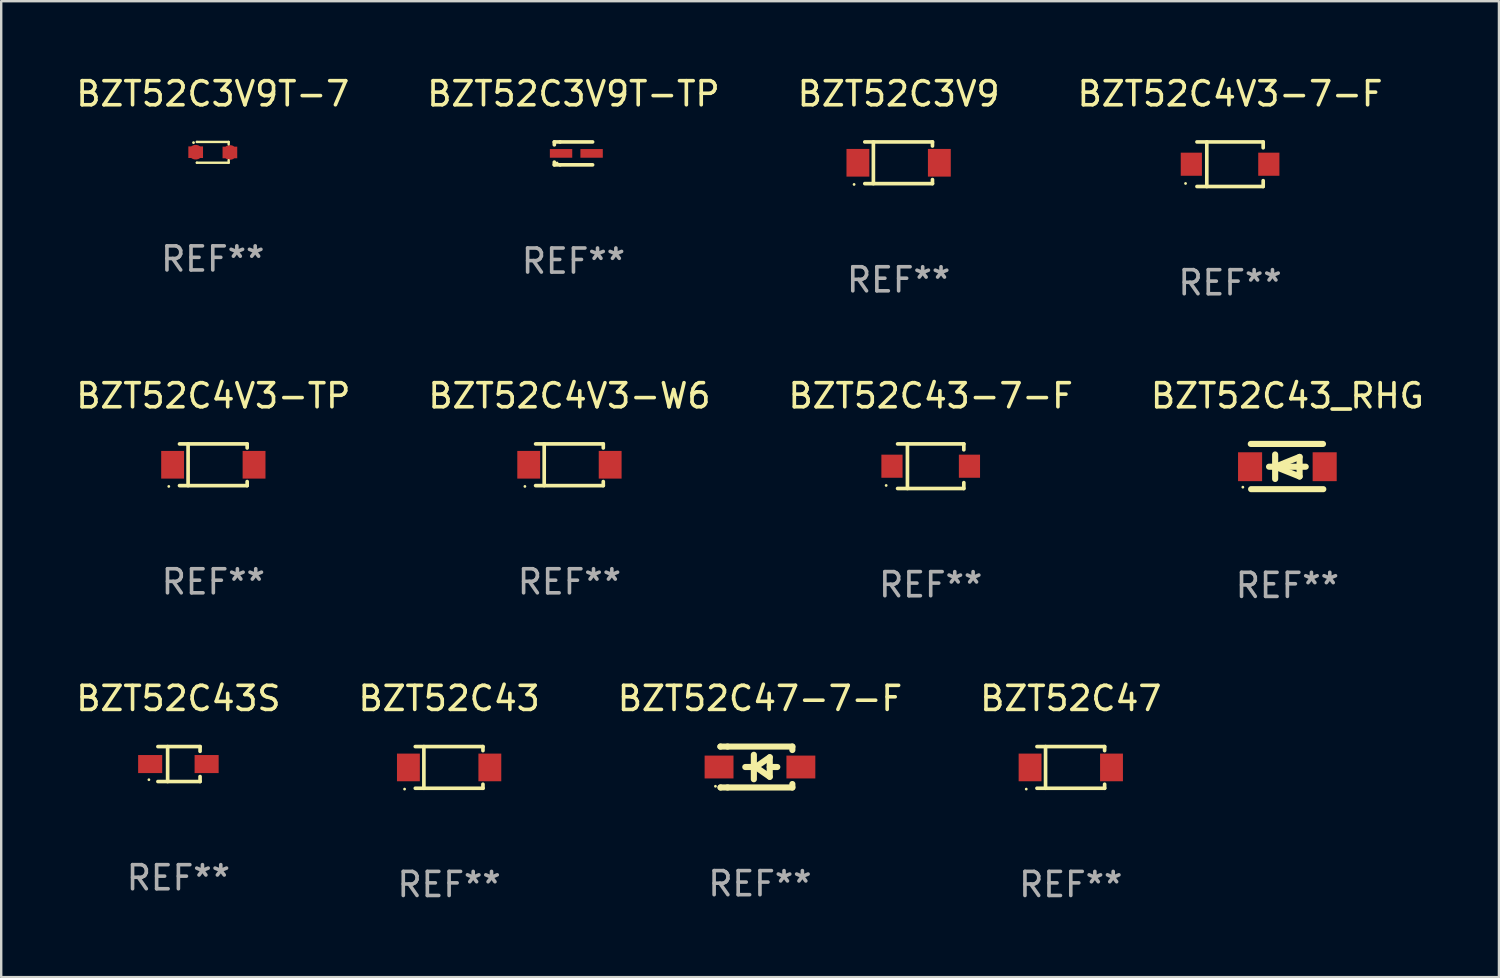
<source format=kicad_pcb>
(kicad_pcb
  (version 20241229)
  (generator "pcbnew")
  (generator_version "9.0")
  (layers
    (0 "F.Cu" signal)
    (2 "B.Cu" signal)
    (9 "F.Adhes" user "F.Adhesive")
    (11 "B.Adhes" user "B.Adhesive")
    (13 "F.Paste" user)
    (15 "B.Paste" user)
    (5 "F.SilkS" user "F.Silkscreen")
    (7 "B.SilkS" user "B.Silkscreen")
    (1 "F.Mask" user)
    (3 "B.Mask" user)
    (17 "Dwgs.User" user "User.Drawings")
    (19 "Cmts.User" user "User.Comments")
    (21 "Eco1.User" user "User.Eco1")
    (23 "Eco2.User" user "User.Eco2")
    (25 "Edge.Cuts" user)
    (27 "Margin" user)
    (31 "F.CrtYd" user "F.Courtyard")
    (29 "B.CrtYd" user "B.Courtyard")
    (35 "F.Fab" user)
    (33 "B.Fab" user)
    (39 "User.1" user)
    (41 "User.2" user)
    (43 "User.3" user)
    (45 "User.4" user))
  (footprint "BZT52C3V9T-TP"
    (layer "F.Cu")
    (at 20.78 3.324)
    (property "Reference" "BZT52C3V9T-TP" (at 0 -2.476 0) (layer "F.SilkS") (effects (font (size 1 1) (thickness 0.15))))
    (attr through_hole)
    (fp_line (start -0.795 -0.476) (end -0.795 -0.356) (stroke (width 0.152) (type solid)) (layer "F.SilkS"))
    (fp_line (start -0.795 0.363) (end -0.795 0.476) (stroke (width 0.152) (type solid)) (layer "F.SilkS"))
    (fp_line (start -0.795 0.476) (end -0.557 0.476) (stroke (width 0.152) (type solid)) (layer "F.SilkS"))
    (fp_line (start -0.557 -0.476) (end -0.795 -0.476) (stroke (width 0.152) (type solid)) (layer "F.SilkS"))
    (fp_line (start -0.557 -0.476) (end 0.795 -0.476) (stroke (width 0.152) (type solid)) (layer "F.SilkS"))
    (fp_line (start -0.557 0.476) (end 0.795 0.476) (stroke (width 0.152) (type solid)) (layer "F.SilkS"))
    (fp_circle (center -0.681 0.4) (end -0.651 0.4) (stroke (width 0.06) (type solid)) (fill no) (layer "F.SilkS"))
    (fp_text user "REF**" (at 0 4.476 0) (layer "F.Fab") (effects (font (size 1 1) (thickness 0.15))))
    (pad "1" smd rect (at -0.516 0 180) (size 0.93 0.36) (layers "F.Cu" "F.Mask" "F.Paste"))
    (pad "2" smd rect (at 0.754 0 180) (size 0.93 0.36) (layers "F.Cu" "F.Mask" "F.Paste")))
  (footprint "BZT52C47"
    (layer "F.Cu")
    (at 41.446 28.84)
    (property "Reference" "BZT52C47" (at 0 -2.866 0) (layer "F.SilkS") (effects (font (size 1 1) (thickness 0.15))))
    (attr through_hole)
    (fp_line (start -1.406 -0.866) (end 1.406 -0.866) (stroke (width 0.152) (type solid)) (layer "F.SilkS"))
    (fp_line (start -1.406 0.866) (end 1.406 0.866) (stroke (width 0.152) (type solid)) (layer "F.SilkS"))
    (fp_line (start -1.049 -0.866) (end -1.049 0.866) (stroke (width 0.152) (type solid)) (layer "F.SilkS"))
    (fp_line (start 1.406 -0.866) (end 1.406 -0.698) (stroke (width 0.152) (type solid)) (layer "F.SilkS"))
    (fp_line (start 1.406 0.866) (end 1.406 0.698) (stroke (width 0.152) (type solid)) (layer "F.SilkS"))
    (fp_circle (center -1.851 0.9) (end -1.821 0.9) (stroke (width 0.06) (type solid)) (fill no) (layer "F.SilkS"))
    (fp_text user "REF**" (at 0 4.866 0) (layer "F.Fab") (effects (font (size 1 1) (thickness 0.15))))
    (pad "1" smd rect (at -1.692 0) (size 0.95 1.15) (layers "F.Cu" "F.Mask" "F.Paste"))
    (pad "2" smd rect (at 1.692 0) (size 0.95 1.15) (layers "F.Cu" "F.Mask" "F.Paste")))
  (footprint "BZT52C43"
    (layer "F.Cu")
    (at 15.613 28.84)
    (property "Reference" "BZT52C43" (at 0 -2.866 0) (layer "F.SilkS") (effects (font (size 1 1) (thickness 0.15))))
    (attr through_hole)
    (fp_line (start -1.406 -0.866) (end 1.406 -0.866) (stroke (width 0.152) (type solid)) (layer "F.SilkS"))
    (fp_line (start -1.406 0.866) (end 1.406 0.866) (stroke (width 0.152) (type solid)) (layer "F.SilkS"))
    (fp_line (start -1.049 -0.866) (end -1.049 0.866) (stroke (width 0.152) (type solid)) (layer "F.SilkS"))
    (fp_line (start 1.406 -0.866) (end 1.406 -0.698) (stroke (width 0.152) (type solid)) (layer "F.SilkS"))
    (fp_line (start 1.406 0.866) (end 1.406 0.698) (stroke (width 0.152) (type solid)) (layer "F.SilkS"))
    (fp_circle (center -1.851 0.9) (end -1.821 0.9) (stroke (width 0.06) (type solid)) (fill no) (layer "F.SilkS"))
    (fp_text user "REF**" (at 0 4.866 0) (layer "F.Fab") (effects (font (size 1 1) (thickness 0.15))))
    (pad "1" smd rect (at -1.692 0) (size 0.95 1.15) (layers "F.Cu" "F.Mask" "F.Paste"))
    (pad "2" smd rect (at 1.692 0) (size 0.95 1.15) (layers "F.Cu" "F.Mask" "F.Paste")))
  (footprint "BZT52C3V9T-7"
    (layer "F.Cu")
    (at 5.792 3.28)
    (property "Reference" "BZT52C3V9T-7" (at 0 -2.432 0) (layer "F.SilkS") (effects (font (size 1 1) (thickness 0.15))))
    (attr through_hole)
    (fp_line (start -0.661 0.432) (end -0.661 0.432) (stroke (width 0.1) (type solid)) (layer "F.SilkS"))
    (fp_line (start -0.661 -0.432) (end -0.661 -0.432) (stroke (width 0.1) (type solid)) (layer "F.SilkS"))
    (fp_line (start -0.661 -0.432) (end 0.66 -0.432) (stroke (width 0.1) (type solid)) (layer "F.SilkS"))
    (fp_line (start 0.66 0.326) (end 0.66 0.432) (stroke (width 0.1) (type solid)) (layer "F.SilkS"))
    (fp_line (start 0.66 0.432) (end -0.661 0.432) (stroke (width 0.1) (type solid)) (layer "F.SilkS"))
    (fp_line (start 0.66 -0.432) (end 0.66 -0.33) (stroke (width 0.1) (type solid)) (layer "F.SilkS"))
    (fp_circle (center -0.8 -0.404) (end -0.77 -0.404) (stroke (width 0.06) (type solid)) (fill no) (layer "F.SilkS"))
    (fp_text user "REF**" (at 0 4.432 0) (layer "F.Fab") (effects (font (size 1 1) (thickness 0.15))))
    (pad "1" smd custom (at -0.711 -0.005) (size 0.61 0.483) (layers "F.Cu" "F.Mask" "F.Paste") (options (anchor circle)) (primitives (gr_poly (pts (xy -0.305 -0.241) (xy 0.305 -0.241) (xy 0.305 0.241) (xy -0.305 0.241)) (width 0) (fill yes))))
    (pad "2" smd custom (at 0.711 0.005) (size 0.61 0.483) (layers "F.Cu" "F.Mask" "F.Paste") (options (anchor circle)) (primitives (gr_poly (pts (xy -0.305 -0.241) (xy 0.305 -0.241) (xy 0.305 0.241) (xy -0.305 0.241)) (width 0) (fill yes)))))
  (footprint "BZT52C4V3-TP"
    (layer "F.Cu")
    (at 5.815 16.263)
    (property "Reference" "BZT52C4V3-TP" (at 0 -2.866 0) (layer "F.SilkS") (effects (font (size 1 1) (thickness 0.15))))
    (attr through_hole)
    (fp_line (start -1.406 -0.866) (end 1.406 -0.866) (stroke (width 0.152) (type solid)) (layer "F.SilkS"))
    (fp_line (start -1.406 0.866) (end 1.406 0.866) (stroke (width 0.152) (type solid)) (layer "F.SilkS"))
    (fp_line (start -1.049 -0.866) (end -1.049 0.866) (stroke (width 0.152) (type solid)) (layer "F.SilkS"))
    (fp_line (start 1.406 -0.866) (end 1.406 -0.698) (stroke (width 0.152) (type solid)) (layer "F.SilkS"))
    (fp_line (start 1.406 0.866) (end 1.406 0.698) (stroke (width 0.152) (type solid)) (layer "F.SilkS"))
    (fp_circle (center -1.851 0.9) (end -1.821 0.9) (stroke (width 0.06) (type solid)) (fill no) (layer "F.SilkS"))
    (fp_text user "REF**" (at 0 4.866 0) (layer "F.Fab") (effects (font (size 1 1) (thickness 0.15))))
    (pad "1" smd rect (at -1.692 0) (size 0.95 1.15) (layers "F.Cu" "F.Mask" "F.Paste"))
    (pad "2" smd rect (at 1.692 0) (size 0.95 1.15) (layers "F.Cu" "F.Mask" "F.Paste")))
  (footprint "BZT52C3V9"
    (layer "F.Cu")
    (at 34.292 3.714)
    (property "Reference" "BZT52C3V9" (at 0 -2.866 0) (layer "F.SilkS") (effects (font (size 1 1) (thickness 0.15))))
    (attr through_hole)
    (fp_line (start -1.406 -0.866) (end 1.406 -0.866) (stroke (width 0.152) (type solid)) (layer "F.SilkS"))
    (fp_line (start -1.406 0.866) (end 1.406 0.866) (stroke (width 0.152) (type solid)) (layer "F.SilkS"))
    (fp_line (start -1.049 -0.866) (end -1.049 0.866) (stroke (width 0.152) (type solid)) (layer "F.SilkS"))
    (fp_line (start 1.406 -0.866) (end 1.406 -0.698) (stroke (width 0.152) (type solid)) (layer "F.SilkS"))
    (fp_line (start 1.406 0.866) (end 1.406 0.698) (stroke (width 0.152) (type solid)) (layer "F.SilkS"))
    (fp_circle (center -1.851 0.9) (end -1.821 0.9) (stroke (width 0.06) (type solid)) (fill no) (layer "F.SilkS"))
    (fp_text user "REF**" (at 0 4.866 0) (layer "F.Fab") (effects (font (size 1 1) (thickness 0.15))))
    (pad "1" smd rect (at -1.692 0) (size 0.95 1.15) (layers "F.Cu" "F.Mask" "F.Paste"))
    (pad "2" smd rect (at 1.692 0) (size 0.95 1.15) (layers "F.Cu" "F.Mask" "F.Paste")))
  (footprint "BZT52C4V3-W6"
    (layer "F.Cu")
    (at 20.613 16.263)
    (property "Reference" "BZT52C4V3-W6" (at 0 -2.866 0) (layer "F.SilkS") (effects (font (size 1 1) (thickness 0.15))))
    (attr through_hole)
    (fp_line (start -1.406 -0.866) (end 1.406 -0.866) (stroke (width 0.152) (type solid)) (layer "F.SilkS"))
    (fp_line (start -1.406 0.866) (end 1.406 0.866) (stroke (width 0.152) (type solid)) (layer "F.SilkS"))
    (fp_line (start -1.049 -0.866) (end -1.049 0.866) (stroke (width 0.152) (type solid)) (layer "F.SilkS"))
    (fp_line (start 1.406 -0.866) (end 1.406 -0.698) (stroke (width 0.152) (type solid)) (layer "F.SilkS"))
    (fp_line (start 1.406 0.866) (end 1.406 0.698) (stroke (width 0.152) (type solid)) (layer "F.SilkS"))
    (fp_circle (center -1.851 0.9) (end -1.821 0.9) (stroke (width 0.06) (type solid)) (fill no) (layer "F.SilkS"))
    (fp_text user "REF**" (at 0 4.866 0) (layer "F.Fab") (effects (font (size 1 1) (thickness 0.15))))
    (pad "1" smd rect (at -1.692 0) (size 0.95 1.15) (layers "F.Cu" "F.Mask" "F.Paste"))
    (pad "2" smd rect (at 1.692 0) (size 0.95 1.15) (layers "F.Cu" "F.Mask" "F.Paste")))
  (footprint "BZT52C43S"
    (layer "F.Cu")
    (at 4.363 28.7)
    (property "Reference" "BZT52C43S" (at 0 -2.726 0) (layer "F.SilkS") (effects (font (size 1 1) (thickness 0.15))))
    (attr through_hole)
    (fp_line (start -0.851 -0.726) (end 0.901 -0.726) (stroke (width 0.152) (type solid)) (layer "F.SilkS"))
    (fp_line (start -0.851 0.726) (end 0.901 0.726) (stroke (width 0.152) (type solid)) (layer "F.SilkS"))
    (fp_line (start -0.447 -0.726) (end -0.447 0.726) (stroke (width 0.152) (type solid)) (layer "F.SilkS"))
    (fp_line (start 0.901 -0.726) (end 0.901 -0.53) (stroke (width 0.152) (type solid)) (layer "F.SilkS"))
    (fp_line (start 0.901 0.726) (end 0.901 0.52) (stroke (width 0.152) (type solid)) (layer "F.SilkS"))
    (fp_circle (center -1.225 0.65) (end -1.195 0.65) (stroke (width 0.06) (type solid)) (fill no) (layer "F.SilkS"))
    (fp_text user "REF**" (at 0 4.726 0) (layer "F.Fab") (effects (font (size 1 1) (thickness 0.15))))
    (pad "1" smd rect (at -1.173 0) (size 1 0.75) (layers "F.Cu" "F.Mask" "F.Paste"))
    (pad "2" smd rect (at 1.173 0) (size 1 0.75) (layers "F.Cu" "F.Mask" "F.Paste")))
  (footprint "BZT52C43-7-F"
    (layer "F.Cu")
    (at 35.625 16.323)
    (property "Reference" "BZT52C43-7-F" (at 0 -2.926 0) (layer "F.SilkS") (effects (font (size 1 1) (thickness 0.15))))
    (attr through_hole)
    (fp_line (start -1.376 -0.926) (end 1.376 -0.926) (stroke (width 0.152) (type solid)) (layer "F.SilkS"))
    (fp_line (start -1.376 0.926) (end 1.376 0.926) (stroke (width 0.152) (type solid)) (layer "F.SilkS"))
    (fp_line (start -0.967 -0.926) (end -0.967 0.926) (stroke (width 0.152) (type solid)) (layer "F.SilkS"))
    (fp_line (start 1.376 -0.926) (end 1.376 -0.683) (stroke (width 0.152) (type solid)) (layer "F.SilkS"))
    (fp_line (start 1.376 0.926) (end 1.376 0.683) (stroke (width 0.152) (type solid)) (layer "F.SilkS"))
    (fp_circle (center -1.851 0.8) (end -1.821 0.8) (stroke (width 0.06) (type solid)) (fill no) (layer "F.SilkS"))
    (fp_text user "REF**" (at 0 4.926 0) (layer "F.Fab") (effects (font (size 1 1) (thickness 0.15))))
    (pad "1" smd rect (at -1.61 0.000102) (size 0.88 0.96) (layers "F.Cu" "F.Mask" "F.Paste"))
    (pad "2" smd rect (at 1.61 0.000102) (size 0.88 0.96) (layers "F.Cu" "F.Mask" "F.Paste")))
  (footprint "BZT52C43_RHG"
    (layer "F.Cu")
    (at 50.446 16.337)
    (property "Reference" "BZT52C43_RHG" (at 0 -2.94 0) (layer "F.SilkS") (effects (font (size 1 1) (thickness 0.15))))
    (attr through_hole)
    (fp_line (start -1.52 -0.94) (end 1.48 -0.94) (stroke (width 0.254) (type solid)) (layer "F.SilkS"))
    (fp_line (start -1.507 0.94) (end 1.493 0.94) (stroke (width 0.254) (type solid)) (layer "F.SilkS"))
    (fp_line (start -0.762 0.007) (end 0.762 0.007) (stroke (width 0.254) (type solid)) (layer "F.SilkS"))
    (fp_line (start -0.508 -0.501) (end -0.508 0.515) (stroke (width 0.254) (type solid)) (layer "F.SilkS"))
    (fp_line (start -0.508 0.007) (end 0.508 -0.4) (stroke (width 0.254) (type solid)) (layer "F.SilkS"))
    (fp_line (start 0.508 -0.4) (end 0.508 0.413) (stroke (width 0.254) (type solid)) (layer "F.SilkS"))
    (fp_line (start 0.508 0.413) (end -0.508 0.007) (stroke (width 0.254) (type solid)) (layer "F.SilkS"))
    (fp_circle (center -1.85 0.857) (end -1.82 0.857) (stroke (width 0.06) (type solid)) (fill no) (layer "F.SilkS"))
    (fp_text user "REF**" (at 0 4.94 0) (layer "F.Fab") (effects (font (size 1 1) (thickness 0.15))))
    (pad "1" smd rect (at -1.55 0.007) (size 1 1.2) (layers "F.Cu" "F.Mask" "F.Paste"))
    (pad "2" smd rect (at 1.55 0.007) (size 1 1.2) (layers "F.Cu" "F.Mask" "F.Paste")))
  (footprint "BZT52C4V3-7-F"
    (layer "F.Cu")
    (at 48.065 3.774)
    (property "Reference" "BZT52C4V3-7-F" (at 0 -2.926 0) (layer "F.SilkS") (effects (font (size 1 1) (thickness 0.15))))
    (attr through_hole)
    (fp_line (start -1.376 -0.926) (end 1.376 -0.926) (stroke (width 0.152) (type solid)) (layer "F.SilkS"))
    (fp_line (start -1.376 0.926) (end 1.376 0.926) (stroke (width 0.152) (type solid)) (layer "F.SilkS"))
    (fp_line (start -0.967 -0.926) (end -0.967 0.926) (stroke (width 0.152) (type solid)) (layer "F.SilkS"))
    (fp_line (start 1.376 -0.926) (end 1.376 -0.683) (stroke (width 0.152) (type solid)) (layer "F.SilkS"))
    (fp_line (start 1.376 0.926) (end 1.376 0.683) (stroke (width 0.152) (type solid)) (layer "F.SilkS"))
    (fp_circle (center -1.85 0.8) (end -1.82 0.8) (stroke (width 0.06) (type solid)) (fill no) (layer "F.SilkS"))
    (fp_text user "REF**" (at 0 4.926 0) (layer "F.Fab") (effects (font (size 1 1) (thickness 0.15))))
    (pad "1" smd rect (at -1.61 0) (size 0.88 0.96) (layers "F.Cu" "F.Mask" "F.Paste"))
    (pad "2" smd rect (at 1.61 0) (size 0.88 0.96) (layers "F.Cu" "F.Mask" "F.Paste")))
  (footprint "BZT52C47-7-F"
    (layer "F.Cu")
    (at 28.53 28.823)
    (property "Reference" "BZT52C47-7-F" (at 0 -2.85 0) (layer "F.SilkS") (effects (font (size 1 1) (thickness 0.15))))
    (attr through_hole)
    (fp_line (start -1.643 -0.85) (end -1.644 -0.849) (stroke (width 0.254) (type solid)) (layer "F.SilkS"))
    (fp_line (start -1.638 0.85) (end -1.639 0.849) (stroke (width 0.254) (type solid)) (layer "F.SilkS"))
    (fp_line (start -1.346 -0.85) (end -1.643 -0.85) (stroke (width 0.254) (type solid)) (layer "F.SilkS"))
    (fp_line (start -1.346 -0.85) (end 1.346 -0.85) (stroke (width 0.254) (type solid)) (layer "F.SilkS"))
    (fp_line (start -1.346 0.85) (end -1.638 0.85) (stroke (width 0.254) (type solid)) (layer "F.SilkS"))
    (fp_line (start -0.28 0) (end -0.61 0) (stroke (width 0.254) (type solid)) (layer "F.SilkS"))
    (fp_line (start -0.254 -0.508) (end -0.254 0.508) (stroke (width 0.254) (type solid)) (layer "F.SilkS"))
    (fp_line (start -0.178 0) (end 0.406 -0.406) (stroke (width 0.254) (type solid)) (layer "F.SilkS"))
    (fp_line (start 0.406 -0.406) (end 0.406 0.406) (stroke (width 0.254) (type solid)) (layer "F.SilkS"))
    (fp_line (start 0.406 -0.000254) (end 0.72 -0.000254) (stroke (width 0.254) (type solid)) (layer "F.SilkS"))
    (fp_line (start 0.406 0.406) (end -0.178 0) (stroke (width 0.254) (type solid)) (layer "F.SilkS"))
    (fp_line (start 1.346 -0.85) (end 1.346 -0.706) (stroke (width 0.254) (type solid)) (layer "F.SilkS"))
    (fp_line (start 1.346 0.706) (end 1.346 0.85) (stroke (width 0.254) (type solid)) (layer "F.SilkS"))
    (fp_line (start 1.346 0.85) (end -1.346 0.85) (stroke (width 0.254) (type solid)) (layer "F.SilkS"))
    (fp_circle (center -1.85 0.8) (end -1.82 0.8) (stroke (width 0.06) (type solid)) (fill no) (layer "F.SilkS"))
    (fp_text user "REF**" (at 0 4.85 0) (layer "F.Fab") (effects (font (size 1 1) (thickness 0.15))))
    (pad "1" smd rect (at -1.7 0) (size 1.2 0.95) (layers "F.Cu" "F.Mask" "F.Paste"))
    (pad "2" smd rect (at 1.7 0) (size 1.2 0.95) (layers "F.Cu" "F.Mask" "F.Paste")))
  (gr_rect
    (start -3 -3)
    (end 59.238 37.554)
    (stroke (width 0.1) (type default))
    (fill no)
    (layer "Edge.Cuts")))
</source>
